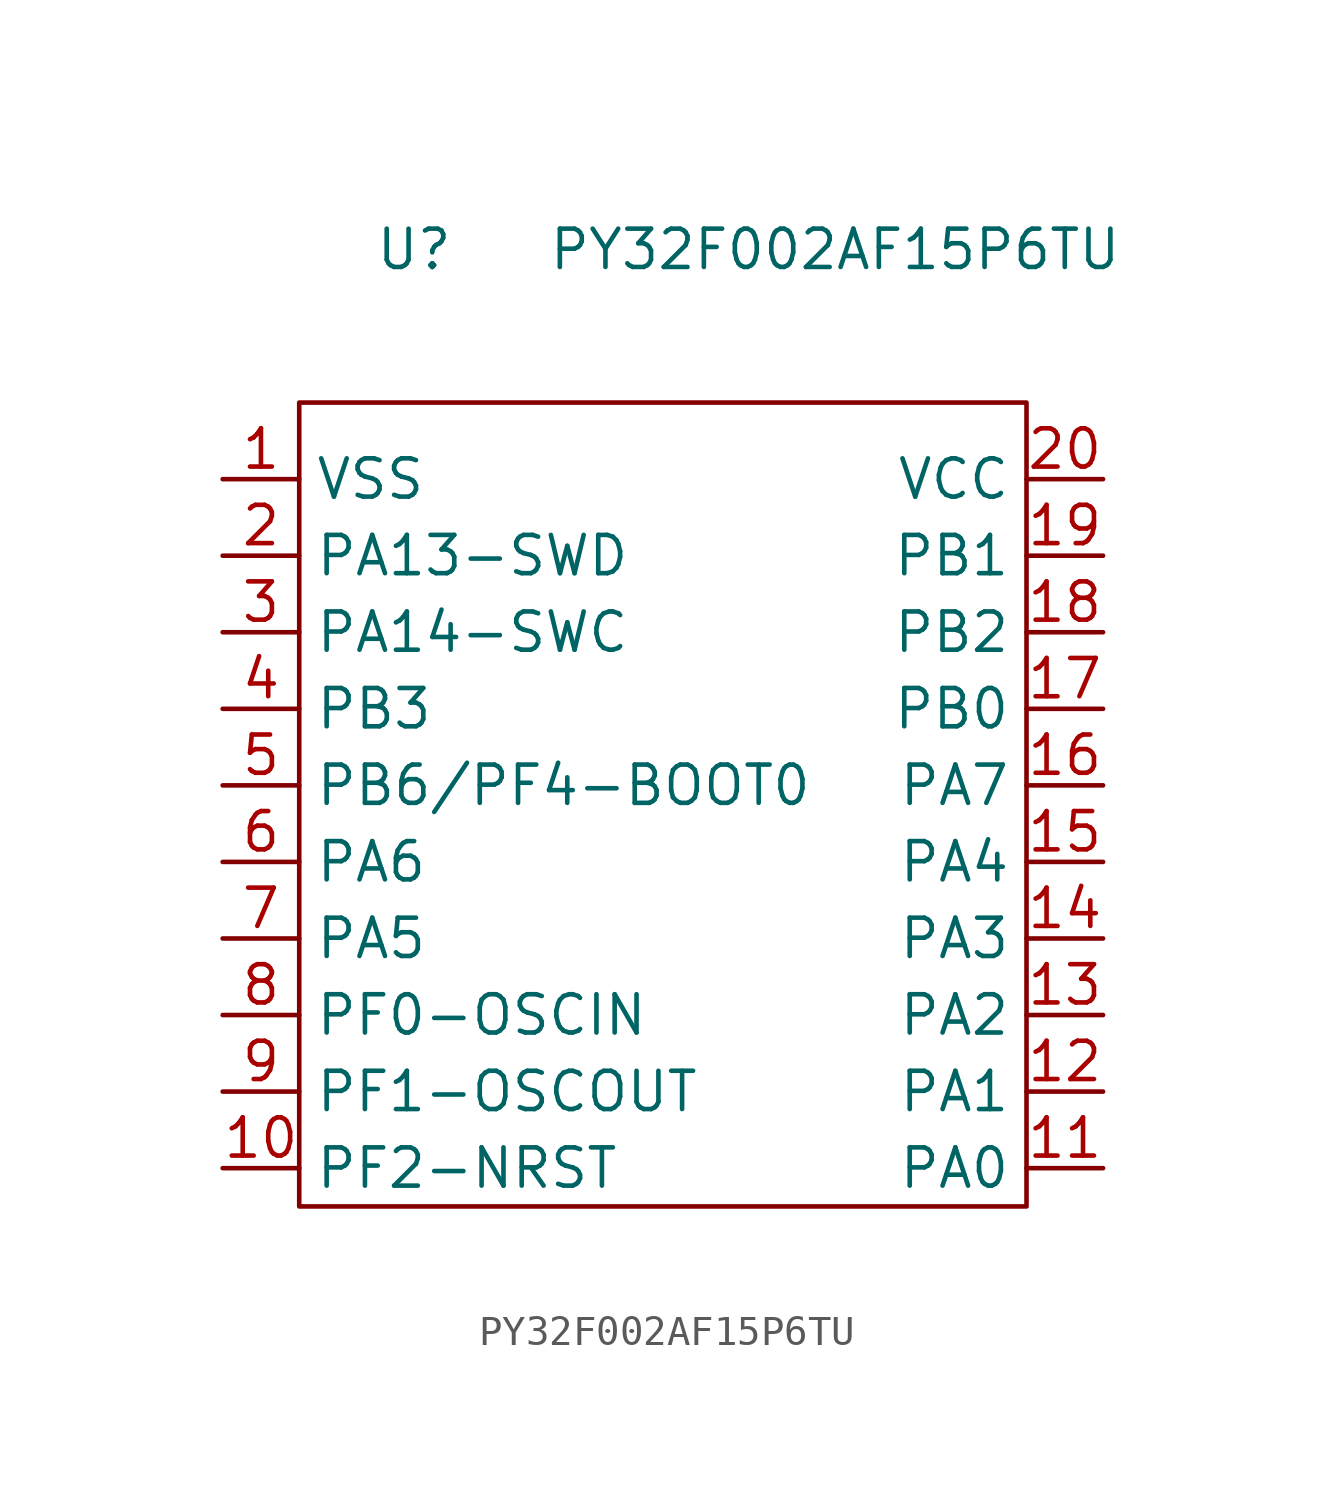
<source format=kicad_sym>
(kicad_symbol_lib
  (version 20220914)
  (generator kicad_symbol_editor)
  (symbol "PY32F002AF15P6TU"
    (property "Reference" "U"
      (at -8.89 16.51 0)
      (effects (font (size 1.27 1.27))))
    (property "Value" "PY32F002AF15P6TU"
      (at 5.08 16.51 0)
      (effects (font (size 1.27 1.27))))
    (symbol "PY32F002AF15P6TU_0_1"
      (rectangle (start -12.7 11.43) (end 11.43 -15.24) (stroke (width 0) (type default)) (fill (type none))))
    (symbol "PY32F002AF15P6TU_1_1"
      (pin input line (at -15.24 8.89 0) (length 2.54) (name "VSS" (effects (font (size 1.27 1.27)))) (number "1" (effects (font (size 1.27 1.27)))))
      (pin input line (at -15.24 -13.97 0) (length 2.54) (name "PF2-NRST" (effects (font (size 1.27 1.27)))) (number "10" (effects (font (size 1.27 1.27)))))
      (pin input line (at 13.97 -13.97 180) (length 2.54) (name "PA0" (effects (font (size 1.27 1.27)))) (number "11" (effects (font (size 1.27 1.27)))))
      (pin input line (at 13.97 -11.43 180) (length 2.54) (name "PA1" (effects (font (size 1.27 1.27)))) (number "12" (effects (font (size 1.27 1.27)))))
      (pin input line (at 13.97 -8.89 180) (length 2.54) (name "PA2" (effects (font (size 1.27 1.27)))) (number "13" (effects (font (size 1.27 1.27)))))
      (pin input line (at 13.97 -6.35 180) (length 2.54) (name "PA3" (effects (font (size 1.27 1.27)))) (number "14" (effects (font (size 1.27 1.27)))))
      (pin input line (at 13.97 -3.81 180) (length 2.54) (name "PA4" (effects (font (size 1.27 1.27)))) (number "15" (effects (font (size 1.27 1.27)))))
      (pin input line (at 13.97 -1.27 180) (length 2.54) (name "PA7" (effects (font (size 1.27 1.27)))) (number "16" (effects (font (size 1.27 1.27)))))
      (pin input line (at 13.97 1.27 180) (length 2.54) (name "PB0" (effects (font (size 1.27 1.27)))) (number "17" (effects (font (size 1.27 1.27)))))
      (pin input line (at 13.97 3.81 180) (length 2.54) (name "PB2" (effects (font (size 1.27 1.27)))) (number "18" (effects (font (size 1.27 1.27)))))
      (pin input line (at 13.97 6.35 180) (length 2.54) (name "PB1" (effects (font (size 1.27 1.27)))) (number "19" (effects (font (size 1.27 1.27)))))
      (pin input line (at -15.24 6.35 0) (length 2.54) (name "PA13-SWD" (effects (font (size 1.27 1.27)))) (number "2" (effects (font (size 1.27 1.27)))))
      (pin input line (at 13.97 8.89 180) (length 2.54) (name "VCC" (effects (font (size 1.27 1.27)))) (number "20" (effects (font (size 1.27 1.27)))))
      (pin input line (at -15.24 3.81 0) (length 2.54) (name "PA14-SWC" (effects (font (size 1.27 1.27)))) (number "3" (effects (font (size 1.27 1.27)))))
      (pin input line (at -15.24 1.27 0) (length 2.54) (name "PB3" (effects (font (size 1.27 1.27)))) (number "4" (effects (font (size 1.27 1.27)))))
      (pin input line (at -15.24 -1.27 0) (length 2.54) (name "PB6/PF4-BOOT0" (effects (font (size 1.27 1.27)))) (number "5" (effects (font (size 1.27 1.27)))))
      (pin input line (at -15.24 -3.81 0) (length 2.54) (name "PA6" (effects (font (size 1.27 1.27)))) (number "6" (effects (font (size 1.27 1.27)))))
      (pin input line (at -15.24 -6.35 0) (length 2.54) (name "PA5" (effects (font (size 1.27 1.27)))) (number "7" (effects (font (size 1.27 1.27)))))
      (pin input line (at -15.24 -8.89 0) (length 2.54) (name "PF0-OSCIN" (effects (font (size 1.27 1.27)))) (number "8" (effects (font (size 1.27 1.27)))))
      (pin input line (at -15.24 -11.43 0) (length 2.54) (name "PF1-OSCOUT" (effects (font (size 1.27 1.27)))) (number "9" (effects (font (size 1.27 1.27))))))))
</source>
